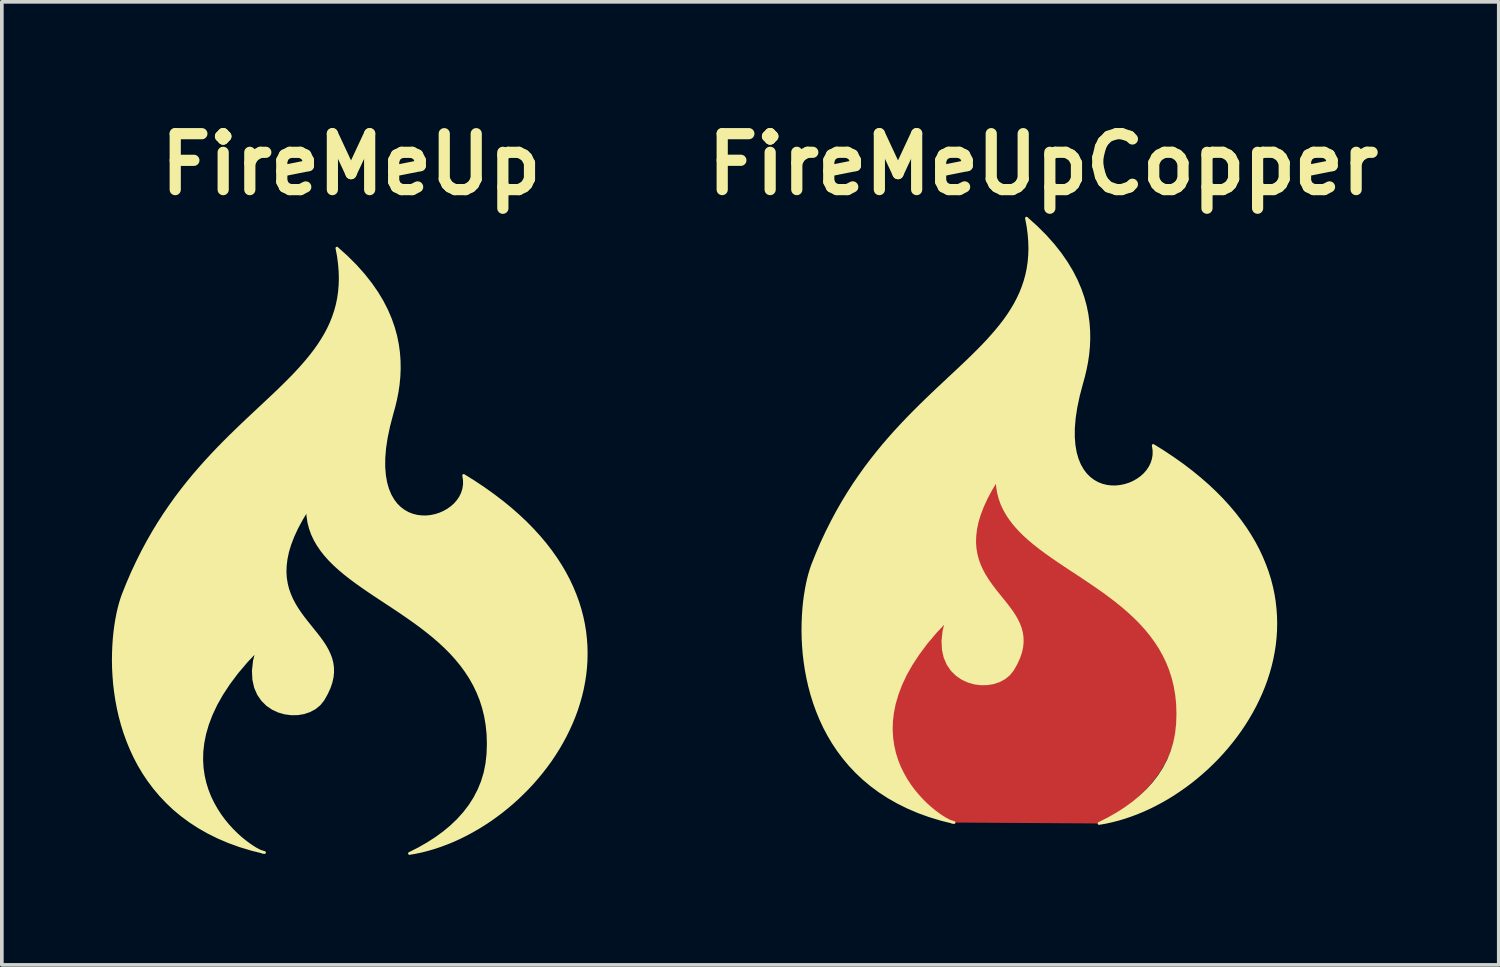
<source format=kicad_pcb>
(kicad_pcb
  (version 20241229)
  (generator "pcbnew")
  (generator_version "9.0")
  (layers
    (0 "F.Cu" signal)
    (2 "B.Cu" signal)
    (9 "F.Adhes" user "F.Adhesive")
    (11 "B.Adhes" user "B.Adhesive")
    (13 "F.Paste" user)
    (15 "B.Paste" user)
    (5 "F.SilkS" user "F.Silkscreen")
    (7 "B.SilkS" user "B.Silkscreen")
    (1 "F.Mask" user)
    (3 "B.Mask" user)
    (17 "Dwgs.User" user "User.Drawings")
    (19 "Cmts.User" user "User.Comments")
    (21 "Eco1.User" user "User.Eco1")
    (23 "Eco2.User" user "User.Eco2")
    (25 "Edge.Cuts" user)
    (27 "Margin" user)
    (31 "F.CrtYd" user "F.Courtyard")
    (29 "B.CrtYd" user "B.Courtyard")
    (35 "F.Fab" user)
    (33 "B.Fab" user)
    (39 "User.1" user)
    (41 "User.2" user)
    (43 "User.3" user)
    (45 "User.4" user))
  (footprint "FireMeUpCopper"
    (layer "F.Cu")
    (at 25.372 12.72)
    (property "Reference" "FireMeUpCopper" (at 0 -11.294 0) (layer "F.SilkS") (effects (font (size 1.524 1.524) (thickness 0.305))))
    (attr smd)
    (fp_poly (pts (xy -2.427 6.641) (xy -2.468 6.632) (xy -2.525 6.612) (xy -2.595 6.579) (xy -2.676 6.534) (xy -2.767 6.478) (xy -2.865 6.41) (xy -2.97 6.331) (xy -3.08 6.24) (xy -3.192 6.139) (xy -3.305 6.027) (xy -3.418 5.903) (xy -3.529 5.77) (xy -3.635 5.626) (xy -3.736 5.471) (xy -3.829 5.307) (xy -3.914 5.132) (xy -3.987 4.948) (xy -4.048 4.754) (xy -4.094 4.551) (xy -4.125 4.339) (xy -4.138 4.117) (xy -4.132 3.886) (xy -4.104 3.647) (xy -4.054 3.399) (xy -3.979 3.142) (xy -3.878 2.877) (xy -3.75 2.604) (xy -3.591 2.323) (xy -3.401 2.035) (xy -3.179 1.738) (xy -2.921 1.434) (xy -2.627 1.123) (xy -2.703 1.421) (xy -2.732 1.691) (xy -2.72 1.932) (xy -2.672 2.144) (xy -2.591 2.328) (xy -2.483 2.484) (xy -2.353 2.613) (xy -2.204 2.715) (xy -2.042 2.79) (xy -1.872 2.839) (xy -1.698 2.862) (xy -1.524 2.859) (xy -1.356 2.832) (xy -1.199 2.779) (xy -1.056 2.702) (xy -0.933 2.601) (xy -0.834 2.476) (xy -0.739 2.31) (xy -0.666 2.152) (xy -0.615 2.002) (xy -0.583 1.859) (xy -0.57 1.723) (xy -0.573 1.593) (xy -0.591 1.468) (xy -0.623 1.347) (xy -0.668 1.23) (xy -0.723 1.117) (xy -0.787 1.006) (xy -0.859 0.896) (xy -0.938 0.788) (xy -1.021 0.68) (xy -1.108 0.572) (xy -1.196 0.463) (xy -1.285 0.353) (xy -1.372 0.239) (xy -1.457 0.123) (xy -1.538 0.003) (xy -1.614 -0.121) (xy -1.682 -0.25) (xy -1.742 -0.386) (xy -1.792 -0.527) (xy -1.83 -0.676) (xy -1.856 -0.833) (xy -1.867 -0.999) (xy -1.861 -1.173) (xy -1.839 -1.358) (xy -1.798 -1.553) (xy -1.736 -1.759) (xy -1.652 -1.978) (xy -1.545 -2.209) (xy -1.413 -2.454) (xy -1.255 -2.712) (xy -1.246 -2.537) (xy -1.221 -2.369) (xy -1.18 -2.208) (xy -1.124 -2.054) (xy -1.054 -1.905) (xy -0.971 -1.762) (xy -0.875 -1.623) (xy -0.768 -1.489) (xy -0.65 -1.36) (xy -0.523 -1.233) (xy -0.387 -1.11) (xy -0.242 -0.99) (xy -0.09 -0.872) (xy 0.068 -0.755) (xy 0.232 -0.64) (xy 0.401 -0.526) (xy 0.573 -0.412) (xy 0.749 -0.298) (xy 0.927 -0.183) (xy 1.106 -0.067) (xy 1.285 0.05) (xy 1.465 0.169) (xy 1.643 0.291) (xy 1.819 0.416) (xy 1.992 0.544) (xy 2.162 0.675) (xy 2.327 0.812) (xy 2.487 0.953) (xy 2.64 1.099) (xy 2.787 1.25) (xy 2.925 1.408) (xy 3.055 1.573) (xy 3.175 1.745) (xy 3.284 1.924) (xy 3.383 2.111) (xy 3.469 2.307) (xy 3.542 2.512) (xy 3.601 2.726) (xy 3.646 2.95) (xy 3.675 3.184) (xy 3.687 3.429) (xy 3.683 3.685) (xy 3.66 3.953) (xy 3.61 4.256) (xy 3.532 4.54) (xy 3.43 4.806) (xy 3.307 5.055) (xy 3.166 5.288) (xy 3.008 5.503) (xy 2.838 5.702) (xy 2.658 5.886) (xy 2.47 6.053) (xy 2.278 6.205) (xy 2.085 6.342) (xy 1.892 6.464) (xy 1.704 6.572) (xy 1.522 6.666) (xy -2.427 6.641) (xy -2.427 6.641)) (stroke (width 0) (type solid)) (fill yes) (layer "F.Cu"))
    (fp_poly (pts (xy -0.455 -9.826) (xy -0.414 -9.609) (xy -0.386 -9.399) (xy -0.37 -9.197) (xy -0.364 -9.001) (xy -0.37 -8.812) (xy -0.386 -8.629) (xy -0.412 -8.451) (xy -0.448 -8.279) (xy -0.494 -8.112) (xy -0.549 -7.949) (xy -0.612 -7.79) (xy -0.684 -7.635) (xy -0.764 -7.483) (xy -0.852 -7.334) (xy -0.947 -7.187) (xy -1.049 -7.043) (xy -1.158 -6.901) (xy -1.273 -6.76) (xy -1.394 -6.62) (xy -1.52 -6.48) (xy -1.652 -6.341) (xy -1.789 -6.202) (xy -1.93 -6.062) (xy -2.075 -5.922) (xy -2.224 -5.78) (xy -2.377 -5.636) (xy -2.533 -5.491) (xy -2.691 -5.342) (xy -2.852 -5.192) (xy -3.015 -5.037) (xy -3.179 -4.88) (xy -3.345 -4.718) (xy -3.512 -4.552) (xy -3.68 -4.381) (xy -3.847 -4.205) (xy -4.015 -4.024) (xy -4.182 -3.837) (xy -4.349 -3.643) (xy -4.514 -3.443) (xy -4.678 -3.236) (xy -4.84 -3.021) (xy -4.999 -2.798) (xy -5.157 -2.568) (xy -5.311 -2.328) (xy -5.462 -2.08) (xy -5.609 -1.822) (xy -5.752 -1.555) (xy -5.891 -1.278) (xy -6.026 -0.99) (xy -6.155 -0.691) (xy -6.279 -0.381) (xy -6.318 -0.269) (xy -6.356 -0.145) (xy -6.392 -0.01) (xy -6.425 0.136) (xy -6.455 0.292) (xy -6.482 0.458) (xy -6.505 0.633) (xy -6.523 0.815) (xy -6.536 1.005) (xy -6.544 1.201) (xy -6.547 1.404) (xy -6.543 1.611) (xy -6.532 1.824) (xy -6.515 2.04) (xy -6.489 2.259) (xy -6.456 2.48) (xy -6.414 2.703) (xy -6.363 2.928) (xy -6.303 3.152) (xy -6.233 3.377) (xy -6.152 3.6) (xy -6.061 3.822) (xy -5.959 4.041) (xy -5.845 4.256) (xy -5.719 4.469) (xy -5.58 4.676) (xy -5.428 4.878) (xy -5.263 5.075) (xy -5.084 5.264) (xy -4.891 5.446) (xy -4.682 5.621) (xy -4.459 5.786) (xy -4.219 5.942) (xy -3.963 6.088) (xy -3.691 6.223) (xy -3.402 6.347) (xy -3.095 6.458) (xy -2.77 6.556) (xy -2.427 6.641) (xy -2.468 6.632) (xy -2.525 6.612) (xy -2.595 6.579) (xy -2.676 6.534) (xy -2.767 6.478) (xy -2.865 6.41) (xy -2.97 6.331) (xy -3.08 6.24) (xy -3.192 6.139) (xy -3.305 6.027) (xy -3.418 5.903) (xy -3.529 5.77) (xy -3.635 5.626) (xy -3.736 5.471) (xy -3.829 5.307) (xy -3.914 5.132) (xy -3.987 4.948) (xy -4.048 4.754) (xy -4.094 4.551) (xy -4.125 4.339) (xy -4.138 4.117) (xy -4.132 3.886) (xy -4.104 3.647) (xy -4.054 3.399) (xy -3.979 3.142) (xy -3.878 2.877) (xy -3.75 2.604) (xy -3.591 2.323) (xy -3.401 2.035) (xy -3.179 1.738) (xy -2.921 1.434) (xy -2.627 1.123) (xy -2.703 1.421) (xy -2.732 1.691) (xy -2.72 1.932) (xy -2.672 2.144) (xy -2.591 2.328) (xy -2.483 2.484) (xy -2.353 2.613) (xy -2.204 2.715) (xy -2.042 2.79) (xy -1.872 2.839) (xy -1.698 2.862) (xy -1.524 2.859) (xy -1.356 2.832) (xy -1.199 2.779) (xy -1.056 2.702) (xy -0.933 2.601) (xy -0.834 2.476) (xy -0.739 2.31) (xy -0.666 2.152) (xy -0.615 2.002) (xy -0.583 1.859) (xy -0.57 1.723) (xy -0.573 1.593) (xy -0.591 1.468) (xy -0.623 1.347) (xy -0.668 1.23) (xy -0.723 1.117) (xy -0.787 1.006) (xy -0.859 0.896) (xy -0.938 0.788) (xy -1.021 0.68) (xy -1.108 0.572) (xy -1.196 0.463) (xy -1.285 0.353) (xy -1.372 0.239) (xy -1.457 0.123) (xy -1.538 0.003) (xy -1.614 -0.121) (xy -1.682 -0.25) (xy -1.742 -0.386) (xy -1.792 -0.527) (xy -1.83 -0.676) (xy -1.856 -0.833) (xy -1.867 -0.999) (xy -1.861 -1.173) (xy -1.839 -1.358) (xy -1.798 -1.553) (xy -1.736 -1.759) (xy -1.652 -1.978) (xy -1.545 -2.209) (xy -1.413 -2.454) (xy -1.255 -2.712) (xy -1.246 -2.533) (xy -1.221 -2.362) (xy -1.179 -2.197) (xy -1.123 -2.04) (xy -1.052 -1.888) (xy -0.968 -1.742) (xy -0.872 -1.602) (xy -0.765 -1.466) (xy -0.646 -1.334) (xy -0.518 -1.206) (xy -0.38 -1.081) (xy -0.235 -0.959) (xy -0.082 -0.839) (xy 0.077 -0.721) (xy 0.242 -0.604) (xy 0.411 -0.487) (xy 0.584 -0.371) (xy 0.761 -0.254) (xy 0.939 -0.137) (xy 1.119 -0.018) (xy 1.299 0.103) (xy 1.478 0.226) (xy 1.657 0.351) (xy 1.833 0.481) (xy 2.006 0.614) (xy 2.175 0.751) (xy 2.34 0.894) (xy 2.499 1.041) (xy 2.652 1.195) (xy 2.797 1.355) (xy 2.934 1.521) (xy 3.062 1.696) (xy 3.181 1.878) (xy 3.288 2.068) (xy 3.384 2.267) (xy 3.468 2.476) (xy 3.538 2.695) (xy 3.594 2.924) (xy 3.635 3.164) (xy 3.661 3.415) (xy 3.669 3.678) (xy 3.66 3.953) (xy 3.631 4.218) (xy 3.58 4.471) (xy 3.507 4.712) (xy 3.413 4.942) (xy 3.299 5.161) (xy 3.166 5.369) (xy 3.015 5.566) (xy 2.847 5.753) (xy 2.662 5.929) (xy 2.462 6.096) (xy 2.247 6.253) (xy 2.018 6.4) (xy 1.776 6.537) (xy 1.522 6.666) (xy 1.694 6.636) (xy 1.867 6.598) (xy 2.039 6.554) (xy 2.211 6.503) (xy 2.382 6.445) (xy 2.553 6.381) (xy 2.723 6.31) (xy 2.891 6.234) (xy 3.058 6.151) (xy 3.224 6.062) (xy 3.388 5.968) (xy 3.55 5.868) (xy 3.709 5.762) (xy 3.866 5.652) (xy 4.021 5.536) (xy 4.172 5.415) (xy 4.32 5.289) (xy 4.465 5.159) (xy 4.606 5.024) (xy 4.744 4.885) (xy 4.877 4.741) (xy 5.006 4.594) (xy 5.13 4.442) (xy 5.25 4.287) (xy 5.365 4.128) (xy 5.474 3.966) (xy 5.578 3.8) (xy 5.676 3.632) (xy 5.769 3.46) (xy 5.855 3.285) (xy 5.935 3.108) (xy 6.009 2.928) (xy 6.076 2.745) (xy 6.135 2.561) (xy 6.188 2.374) (xy 6.233 2.185) (xy 6.27 1.995) (xy 6.3 1.803) (xy 6.321 1.609) (xy 6.334 1.414) (xy 6.338 1.218) (xy 6.334 1.021) (xy 6.32 0.823) (xy 6.298 0.624) (xy 6.266 0.424) (xy 6.224 0.225) (xy 6.172 0.024) (xy 6.11 -0.176) (xy 6.037 -0.376) (xy 5.954 -0.576) (xy 5.861 -0.776) (xy 5.756 -0.976) (xy 5.639 -1.174) (xy 5.512 -1.372) (xy 5.372 -1.569) (xy 5.221 -1.765) (xy 5.057 -1.96) (xy 4.881 -2.154) (xy 4.693 -2.345) (xy 4.491 -2.536) (xy 4.276 -2.724) (xy 4.049 -2.91) (xy 3.807 -3.095) (xy 3.552 -3.276) (xy 3.283 -3.456) (xy 2.999 -3.633) (xy 3.019 -3.503) (xy 3.019 -3.378) (xy 2.999 -3.258) (xy 2.963 -3.145) (xy 2.911 -3.038) (xy 2.844 -2.939) (xy 2.765 -2.848) (xy 2.675 -2.767) (xy 2.574 -2.695) (xy 2.466 -2.633) (xy 2.351 -2.583) (xy 2.23 -2.545) (xy 2.106 -2.519) (xy 1.98 -2.506) (xy 1.853 -2.507) (xy 1.727 -2.522) (xy 1.603 -2.553) (xy 1.483 -2.6) (xy 1.369 -2.664) (xy 1.261 -2.745) (xy 1.161 -2.844) (xy 1.072 -2.962) (xy 0.993 -3.1) (xy 0.928 -3.257) (xy 0.877 -3.436) (xy 0.842 -3.636) (xy 0.824 -3.859) (xy 0.825 -4.104) (xy 0.847 -4.373) (xy 0.891 -4.667) (xy 0.958 -4.985) (xy 1.049 -5.33) (xy 1.101 -5.518) (xy 1.147 -5.713) (xy 1.186 -5.912) (xy 1.216 -6.116) (xy 1.236 -6.325) (xy 1.245 -6.539) (xy 1.242 -6.756) (xy 1.226 -6.977) (xy 1.195 -7.202) (xy 1.149 -7.43) (xy 1.085 -7.661) (xy 1.003 -7.895) (xy 0.902 -8.131) (xy 0.78 -8.369) (xy 0.636 -8.609) (xy 0.469 -8.851) (xy 0.278 -9.093) (xy 0.061 -9.337) (xy -0.183 -9.581) (xy -0.455 -9.826)) (stroke (width 0.075) (type solid)) (fill yes) (layer "F.SilkS")))
  (footprint "FireMeUp"
    (layer "F.Cu")
    (at 6.514 12.909)
    (property "Reference" "FireMeUp" (at 0 -11.482 0) (layer "F.SilkS") (effects (font (size 1.524 1.524) (thickness 0.305))))
    (attr smd)
    (fp_poly (pts (xy -0.385 -9.198) (xy -0.344 -8.981) (xy -0.316 -8.771) (xy -0.3 -8.569) (xy -0.294 -8.373) (xy -0.3 -8.184) (xy -0.316 -8.001) (xy -0.342 -7.823) (xy -0.378 -7.651) (xy -0.424 -7.483) (xy -0.479 -7.32) (xy -0.542 -7.161) (xy -0.614 -7.006) (xy -0.694 -6.854) (xy -0.782 -6.706) (xy -0.877 -6.559) (xy -0.979 -6.415) (xy -1.088 -6.273) (xy -1.203 -6.132) (xy -1.324 -5.992) (xy -1.45 -5.852) (xy -1.582 -5.713) (xy -1.719 -5.574) (xy -1.86 -5.434) (xy -2.005 -5.293) (xy -2.154 -5.152) (xy -2.307 -5.008) (xy -2.463 -4.862) (xy -2.621 -4.714) (xy -2.782 -4.563) (xy -2.945 -4.409) (xy -3.109 -4.251) (xy -3.275 -4.09) (xy -3.442 -3.924) (xy -3.61 -3.753) (xy -3.777 -3.577) (xy -3.945 -3.396) (xy -4.112 -3.208) (xy -4.279 -3.015) (xy -4.444 -2.815) (xy -4.608 -2.607) (xy -4.77 -2.393) (xy -4.929 -2.17) (xy -5.087 -1.939) (xy -5.241 -1.7) (xy -5.392 -1.452) (xy -5.539 -1.194) (xy -5.682 -0.927) (xy -5.821 -0.649) (xy -5.956 -0.362) (xy -6.085 -0.063) (xy -6.209 0.247) (xy -6.248 0.359) (xy -6.286 0.483) (xy -6.322 0.618) (xy -6.355 0.764) (xy -6.385 0.921) (xy -6.412 1.086) (xy -6.435 1.261) (xy -6.453 1.443) (xy -6.466 1.633) (xy -6.474 1.83) (xy -6.477 2.032) (xy -6.473 2.24) (xy -6.462 2.452) (xy -6.445 2.668) (xy -6.419 2.887) (xy -6.386 3.108) (xy -6.344 3.332) (xy -6.293 3.556) (xy -6.233 3.781) (xy -6.163 4.005) (xy -6.082 4.228) (xy -5.991 4.45) (xy -5.889 4.669) (xy -5.775 4.885) (xy -5.649 5.097) (xy -5.51 5.304) (xy -5.358 5.506) (xy -5.193 5.703) (xy -5.014 5.892) (xy -4.821 6.075) (xy -4.612 6.249) (xy -4.389 6.414) (xy -4.149 6.57) (xy -3.893 6.716) (xy -3.621 6.851) (xy -3.332 6.975) (xy -3.025 7.086) (xy -2.7 7.184) (xy -2.357 7.269) (xy -2.398 7.261) (xy -2.455 7.24) (xy -2.525 7.207) (xy -2.606 7.163) (xy -2.697 7.106) (xy -2.795 7.038) (xy -2.9 6.959) (xy -3.01 6.869) (xy -3.122 6.767) (xy -3.235 6.655) (xy -3.348 6.532) (xy -3.459 6.398) (xy -3.565 6.254) (xy -3.666 6.099) (xy -3.759 5.935) (xy -3.844 5.761) (xy -3.917 5.576) (xy -3.978 5.383) (xy -4.024 5.179) (xy -4.055 4.967) (xy -4.068 4.745) (xy -4.062 4.514) (xy -4.034 4.275) (xy -3.984 4.027) (xy -3.909 3.77) (xy -3.808 3.506) (xy -3.68 3.233) (xy -3.521 2.952) (xy -3.331 2.663) (xy -3.109 2.366) (xy -2.851 2.062) (xy -2.557 1.751) (xy -2.633 2.05) (xy -2.662 2.319) (xy -2.65 2.56) (xy -2.602 2.772) (xy -2.521 2.956) (xy -2.413 3.112) (xy -2.283 3.241) (xy -2.134 3.343) (xy -1.972 3.418) (xy -1.802 3.467) (xy -1.628 3.49) (xy -1.454 3.488) (xy -1.286 3.46) (xy -1.129 3.407) (xy -0.986 3.33) (xy -0.863 3.229) (xy -0.764 3.105) (xy -0.669 2.938) (xy -0.596 2.78) (xy -0.545 2.63) (xy -0.513 2.487) (xy -0.5 2.351) (xy -0.503 2.221) (xy -0.521 2.096) (xy -0.553 1.975) (xy -0.598 1.859) (xy -0.653 1.745) (xy -0.717 1.634) (xy -0.789 1.525) (xy -0.868 1.416) (xy -0.951 1.309) (xy -1.038 1.201) (xy -1.126 1.091) (xy -1.215 0.981) (xy -1.302 0.868) (xy -1.387 0.751) (xy -1.468 0.632) (xy -1.544 0.507) (xy -1.612 0.378) (xy -1.672 0.242) (xy -1.722 0.101) (xy -1.76 -0.048) (xy -1.786 -0.205) (xy -1.797 -0.37) (xy -1.791 -0.545) (xy -1.769 -0.73) (xy -1.728 -0.925) (xy -1.666 -1.131) (xy -1.582 -1.35) (xy -1.475 -1.581) (xy -1.343 -1.825) (xy -1.185 -2.084) (xy -1.176 -1.905) (xy -1.151 -1.733) (xy -1.109 -1.569) (xy -1.053 -1.411) (xy -0.982 -1.26) (xy -0.898 -1.114) (xy -0.802 -0.974) (xy -0.695 -0.838) (xy -0.576 -0.706) (xy -0.448 -0.578) (xy -0.31 -0.453) (xy -0.165 -0.331) (xy -0.012 -0.211) (xy 0.147 -0.093) (xy 0.312 0.024) (xy 0.481 0.141) (xy 0.654 0.257) (xy 0.831 0.374) (xy 1.009 0.491) (xy 1.189 0.61) (xy 1.369 0.731) (xy 1.548 0.854) (xy 1.727 0.98) (xy 1.903 1.109) (xy 2.076 1.242) (xy 2.245 1.379) (xy 2.41 1.522) (xy 2.569 1.669) (xy 2.722 1.823) (xy 2.867 1.983) (xy 3.004 2.15) (xy 3.132 2.324) (xy 3.251 2.506) (xy 3.358 2.696) (xy 3.454 2.896) (xy 3.538 3.104) (xy 3.608 3.323) (xy 3.664 3.552) (xy 3.705 3.792) (xy 3.731 4.043) (xy 3.739 4.306) (xy 3.73 4.582) (xy 3.701 4.846) (xy 3.65 5.099) (xy 3.577 5.34) (xy 3.483 5.57) (xy 3.369 5.789) (xy 3.236 5.997) (xy 3.085 6.194) (xy 2.917 6.381) (xy 2.732 6.558) (xy 2.532 6.724) (xy 2.317 6.881) (xy 2.088 7.028) (xy 1.846 7.166) (xy 1.592 7.294) (xy 1.764 7.264) (xy 1.937 7.227) (xy 2.109 7.182) (xy 2.281 7.131) (xy 2.452 7.073) (xy 2.623 7.009) (xy 2.793 6.939) (xy 2.961 6.862) (xy 3.128 6.779) (xy 3.294 6.69) (xy 3.458 6.596) (xy 3.62 6.496) (xy 3.779 6.391) (xy 3.936 6.28) (xy 4.091 6.164) (xy 4.242 6.043) (xy 4.39 5.918) (xy 4.535 5.787) (xy 4.676 5.652) (xy 4.814 5.513) (xy 4.947 5.37) (xy 5.076 5.222) (xy 5.2 5.071) (xy 5.32 4.915) (xy 5.435 4.757) (xy 5.544 4.594) (xy 5.648 4.429) (xy 5.746 4.26) (xy 5.839 4.088) (xy 5.925 3.913) (xy 6.005 3.736) (xy 6.079 3.556) (xy 6.146 3.374) (xy 6.205 3.189) (xy 6.258 3.002) (xy 6.303 2.814) (xy 6.34 2.623) (xy 6.37 2.431) (xy 6.391 2.237) (xy 6.404 2.042) (xy 6.408 1.846) (xy 6.404 1.649) (xy 6.39 1.451) (xy 6.368 1.252) (xy 6.336 1.053) (xy 6.294 0.853) (xy 6.242 0.653) (xy 6.18 0.452) (xy 6.107 0.252) (xy 6.024 0.052) (xy 5.931 -0.148) (xy 5.826 -0.347) (xy 5.709 -0.546) (xy 5.582 -0.744) (xy 5.442 -0.941) (xy 5.291 -1.137) (xy 5.127 -1.332) (xy 4.951 -1.525) (xy 4.763 -1.717) (xy 4.561 -1.907) (xy 4.346 -2.096) (xy 4.119 -2.282) (xy 3.877 -2.466) (xy 3.622 -2.648) (xy 3.353 -2.828) (xy 3.069 -3.005) (xy 3.089 -2.875) (xy 3.089 -2.749) (xy 3.069 -2.63) (xy 3.033 -2.516) (xy 2.981 -2.41) (xy 2.914 -2.311) (xy 2.835 -2.22) (xy 2.745 -2.139) (xy 2.644 -2.067) (xy 2.536 -2.005) (xy 2.421 -1.955) (xy 2.3 -1.916) (xy 2.176 -1.89) (xy 2.05 -1.877) (xy 1.923 -1.879) (xy 1.797 -1.894) (xy 1.673 -1.925) (xy 1.553 -1.972) (xy 1.439 -2.036) (xy 1.331 -2.117) (xy 1.231 -2.216) (xy 1.142 -2.334) (xy 1.063 -2.472) (xy 0.998 -2.629) (xy 0.947 -2.808) (xy 0.912 -3.008) (xy 0.894 -3.23) (xy 0.895 -3.476) (xy 0.917 -3.745) (xy 0.961 -4.039) (xy 1.028 -4.357) (xy 1.119 -4.702) (xy 1.171 -4.89) (xy 1.217 -5.084) (xy 1.256 -5.284) (xy 1.286 -5.488) (xy 1.306 -5.697) (xy 1.315 -5.91) (xy 1.312 -6.128) (xy 1.296 -6.349) (xy 1.265 -6.574) (xy 1.219 -6.802) (xy 1.155 -7.033) (xy 1.073 -7.267) (xy 0.972 -7.503) (xy 0.85 -7.741) (xy 0.706 -7.981) (xy 0.539 -8.222) (xy 0.348 -8.465) (xy 0.131 -8.709) (xy -0.113 -8.953) (xy -0.385 -9.198)) (stroke (width 0.075) (type solid)) (fill yes) (layer "F.SilkS")))
  (gr_rect
    (start -3 -3)
    (end 37.785 23.24)
    (stroke (width 0.1) (type default))
    (fill no)
    (layer "Edge.Cuts")))
</source>
